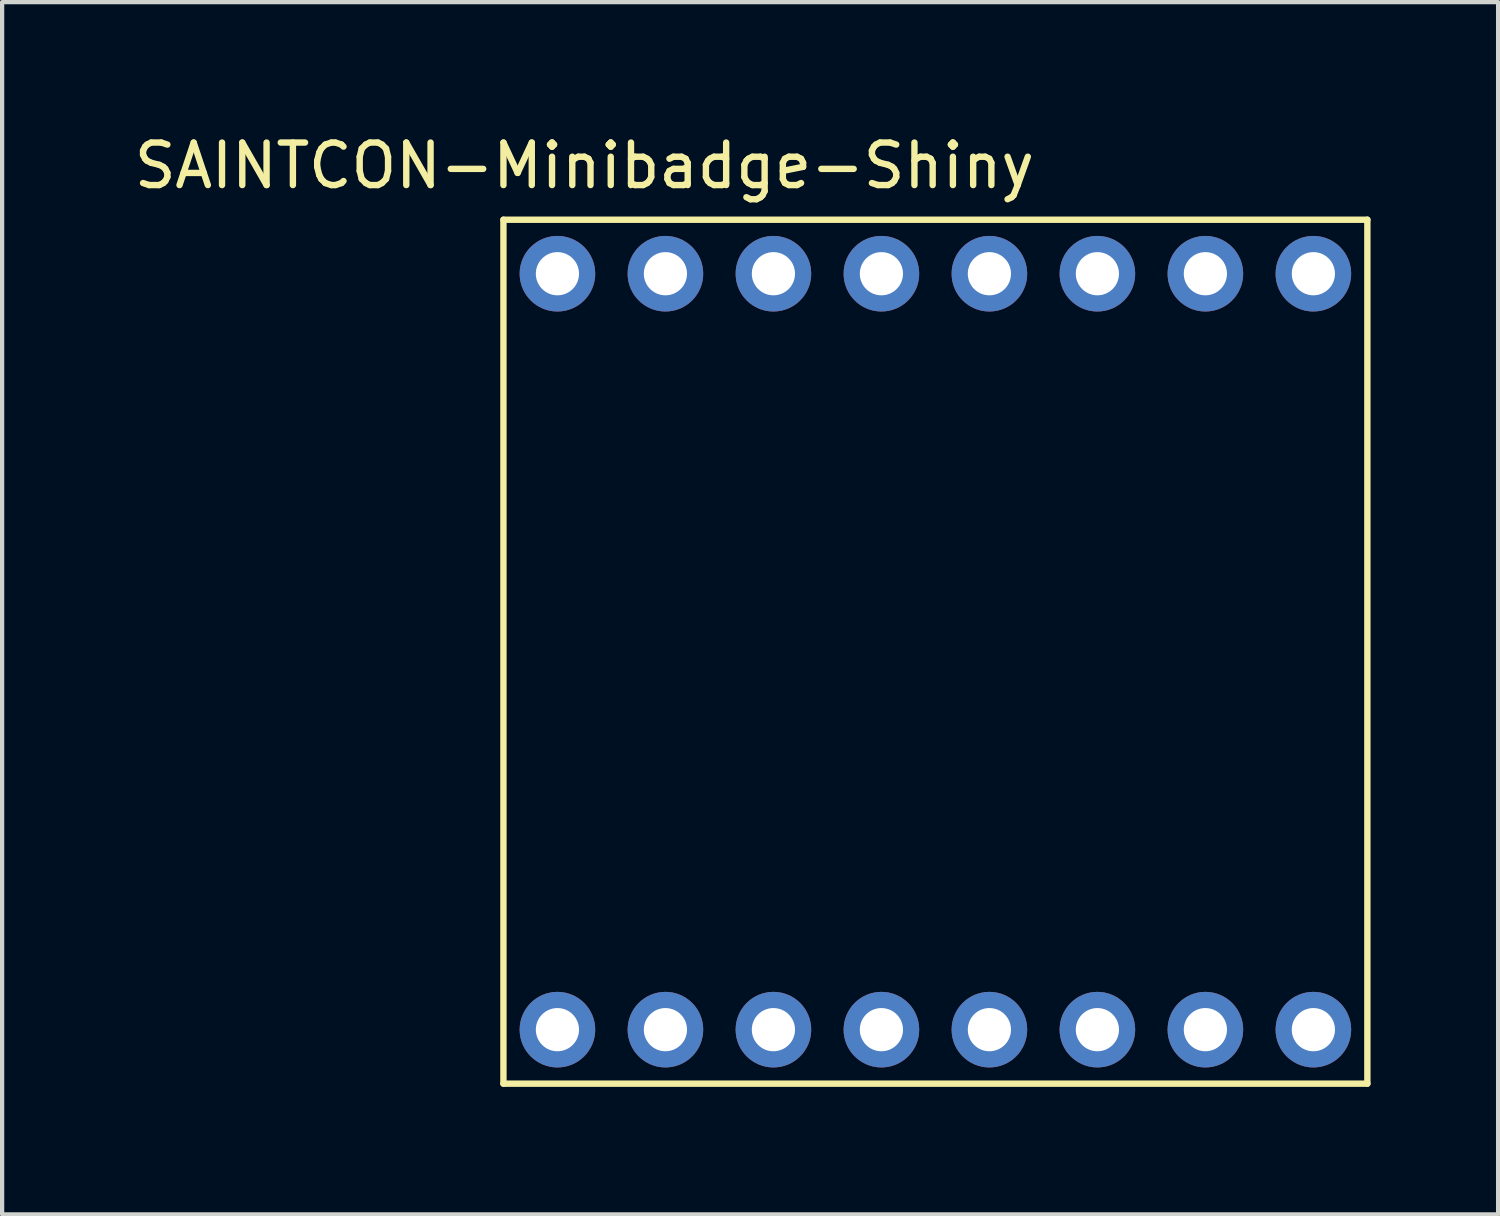
<source format=kicad_pcb>
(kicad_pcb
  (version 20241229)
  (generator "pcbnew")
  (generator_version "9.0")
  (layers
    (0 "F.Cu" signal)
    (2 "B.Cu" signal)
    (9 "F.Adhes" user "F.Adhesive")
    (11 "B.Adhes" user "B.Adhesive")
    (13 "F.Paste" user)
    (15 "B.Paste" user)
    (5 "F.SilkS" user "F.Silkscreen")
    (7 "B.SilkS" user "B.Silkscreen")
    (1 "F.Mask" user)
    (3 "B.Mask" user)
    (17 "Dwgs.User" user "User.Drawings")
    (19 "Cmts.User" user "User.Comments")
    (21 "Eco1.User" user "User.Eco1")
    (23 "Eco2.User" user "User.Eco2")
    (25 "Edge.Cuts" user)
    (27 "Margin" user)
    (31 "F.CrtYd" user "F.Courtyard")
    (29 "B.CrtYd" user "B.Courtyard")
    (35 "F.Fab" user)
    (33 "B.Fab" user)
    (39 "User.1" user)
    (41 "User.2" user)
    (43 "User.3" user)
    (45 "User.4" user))
  (footprint "SAINTCON-Minibadge-Shiny"
    (layer "F.Cu")
    (at 8.791 2.118)
    (property "Reference" "SAINTCON-Minibadge-Shiny" (at 1.905 -1.27 0) (layer "F.SilkS") (effects (font (size 1 1) (thickness 0.15))))
    (attr through_hole)
    (fp_poly (pts (xy 0 2.54) (xy 20.32 2.54) (xy 20.32 17.78) (xy 0 17.78)) (stroke (width 0.15) (type solid)) (fill yes) (layer "F.Mask"))
    (fp_line (start 0 0) (end 0 20.32) (stroke (width 0.15) (type solid)) (layer "F.SilkS"))
    (fp_line (start 0 20.32) (end 20.32 20.32) (stroke (width 0.15) (type solid)) (layer "F.SilkS"))
    (fp_line (start 20.32 0) (end 0 0) (stroke (width 0.15) (type solid)) (layer "F.SilkS"))
    (fp_line (start 20.32 20.32) (end 20.32 0) (stroke (width 0.15) (type solid)) (layer "F.SilkS"))
    (pad "1" thru_hole circle (at 1.27 1.27 90) (size 1.778 1.778) (drill 1.016) (layers "*.Cu" "*.Mask"))
    (pad "2" thru_hole circle (at 3.81 1.27 90) (size 1.778 1.778) (drill 1.016) (layers "*.Cu" "*.Mask"))
    (pad "3" thru_hole circle (at 6.35 1.27 90) (size 1.778 1.778) (drill 1.016) (layers "*.Cu" "*.Mask"))
    (pad "4" thru_hole circle (at 8.89 1.27 90) (size 1.778 1.778) (drill 1.016) (layers "*.Cu" "*.Mask"))
    (pad "5" thru_hole circle (at 11.43 1.27 90) (size 1.778 1.778) (drill 1.016) (layers "*.Cu" "*.Mask"))
    (pad "6" thru_hole circle (at 13.97 1.27 90) (size 1.778 1.778) (drill 1.016) (layers "*.Cu" "*.Mask"))
    (pad "7" thru_hole circle (at 16.51 1.27 90) (size 1.778 1.778) (drill 1.016) (layers "*.Cu" "*.Mask"))
    (pad "8" thru_hole circle (at 19.05 1.27 90) (size 1.778 1.778) (drill 1.016) (layers "*.Cu" "*.Mask"))
    (pad "9" thru_hole circle (at 1.27 19.05 90) (size 1.778 1.778) (drill 1.016) (layers "*.Cu" "*.Mask"))
    (pad "10" thru_hole circle (at 3.81 19.05 90) (size 1.778 1.778) (drill 1.016) (layers "*.Cu" "*.Mask"))
    (pad "11" thru_hole circle (at 6.35 19.05 90) (size 1.778 1.778) (drill 1.016) (layers "*.Cu" "*.Mask"))
    (pad "12" thru_hole circle (at 8.89 19.05 90) (size 1.778 1.778) (drill 1.016) (layers "*.Cu" "*.Mask"))
    (pad "13" thru_hole circle (at 11.43 19.05 90) (size 1.778 1.778) (drill 1.016) (layers "*.Cu" "*.Mask"))
    (pad "14" thru_hole circle (at 13.97 19.05 90) (size 1.778 1.778) (drill 1.016) (layers "*.Cu" "*.Mask"))
    (pad "15" thru_hole circle (at 16.51 19.05 90) (size 1.778 1.778) (drill 1.016) (layers "*.Cu" "*.Mask"))
    (pad "16" thru_hole circle (at 19.05 19.05 90) (size 1.778 1.778) (drill 1.016) (layers "*.Cu" "*.Mask")))
  (gr_rect
    (start -3 -3)
    (end 32.186 25.513)
    (stroke (width 0.1) (type default))
    (fill no)
    (layer "Edge.Cuts")))
</source>
